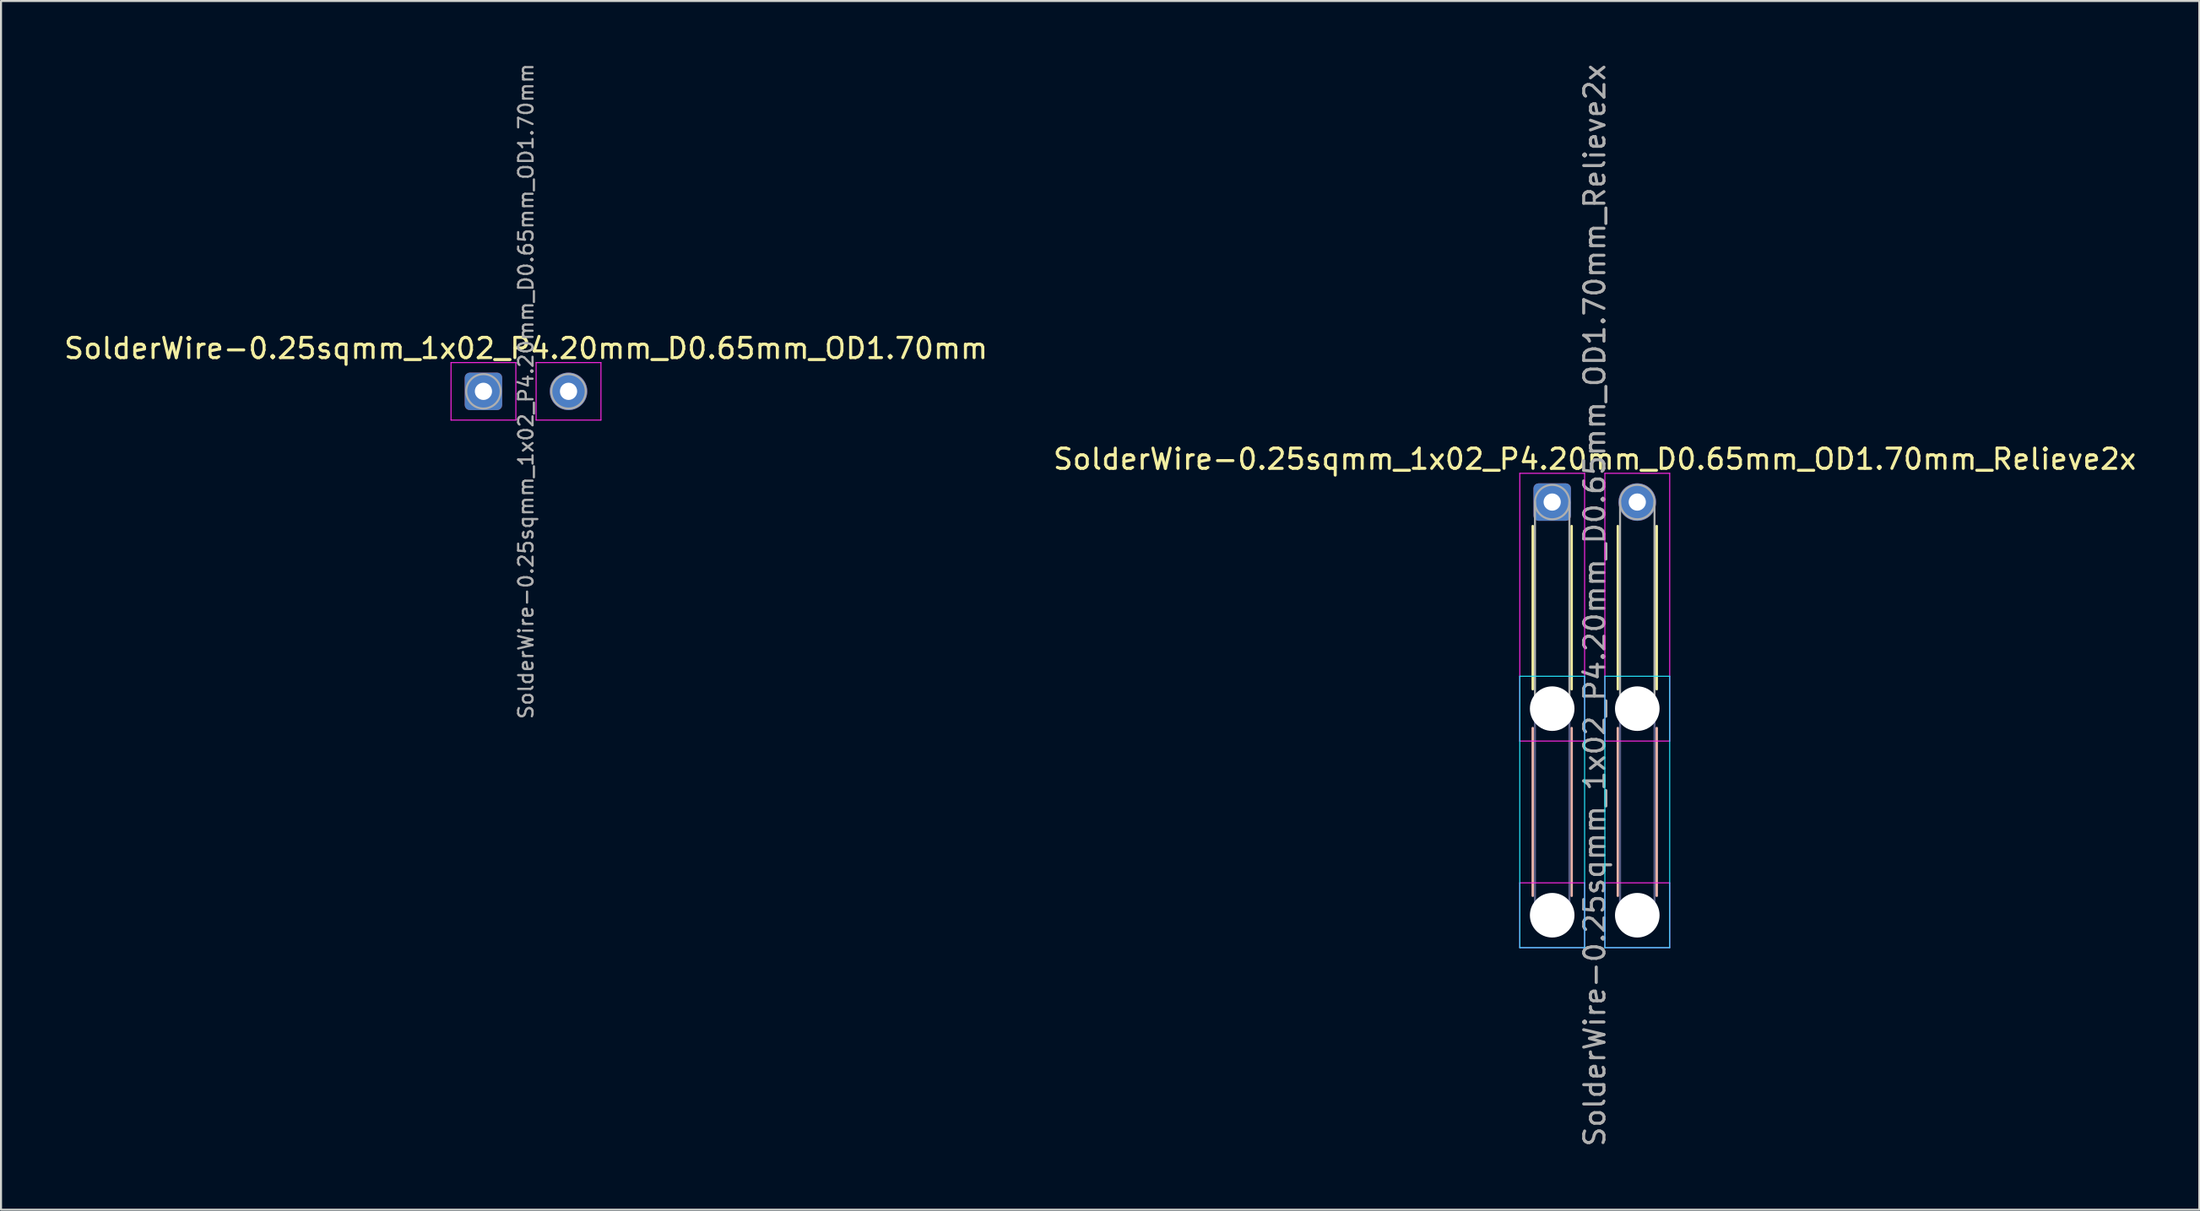
<source format=kicad_pcb>
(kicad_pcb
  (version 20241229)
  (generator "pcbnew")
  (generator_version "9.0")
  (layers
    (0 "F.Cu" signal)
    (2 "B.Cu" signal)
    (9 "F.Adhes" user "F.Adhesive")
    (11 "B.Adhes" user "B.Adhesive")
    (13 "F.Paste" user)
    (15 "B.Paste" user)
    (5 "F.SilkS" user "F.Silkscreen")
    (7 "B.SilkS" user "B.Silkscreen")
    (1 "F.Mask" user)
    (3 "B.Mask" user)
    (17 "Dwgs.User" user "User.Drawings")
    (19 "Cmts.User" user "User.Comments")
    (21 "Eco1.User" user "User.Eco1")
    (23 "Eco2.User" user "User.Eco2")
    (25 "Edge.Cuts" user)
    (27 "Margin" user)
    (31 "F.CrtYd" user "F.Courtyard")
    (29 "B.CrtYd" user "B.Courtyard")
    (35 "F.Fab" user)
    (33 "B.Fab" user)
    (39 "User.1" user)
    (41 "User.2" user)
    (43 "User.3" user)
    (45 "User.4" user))
  (footprint "SolderWire-0.25sqmm_1x02_P4.20mm_D0.65mm_OD1.70mm_Relieve2x"
    (layer "F.Cu")
    (at 73.561 21.739)
    (property "Reference" "SolderWire-0.25sqmm_1x02_P4.20mm_D0.65mm_OD1.70mm_Relieve2x" (at 2.1 -2.12 0) (layer "F.SilkS") (effects (font (size 1 1) (thickness 0.15))))
    (attr exclude_from_pos_files exclude_from_bom)
    (fp_line (start -0.96 1.185) (end -0.96 9.24) (stroke (width 0.12) (type solid)) (layer "F.SilkS"))
    (fp_line (start 0.96 1.185) (end 0.96 9.24) (stroke (width 0.12) (type solid)) (layer "F.SilkS"))
    (fp_line (start 3.24 1.185) (end 3.24 9.24) (stroke (width 0.12) (type solid)) (layer "F.SilkS"))
    (fp_line (start 5.16 1.185) (end 5.16 9.24) (stroke (width 0.12) (type solid)) (layer "F.SilkS"))
    (fp_line (start -0.96 11.16) (end -0.96 19.44) (stroke (width 0.12) (type solid)) (layer "B.SilkS"))
    (fp_line (start 0.96 11.16) (end 0.96 19.44) (stroke (width 0.12) (type solid)) (layer "B.SilkS"))
    (fp_line (start 3.24 11.16) (end 3.24 19.44) (stroke (width 0.12) (type solid)) (layer "B.SilkS"))
    (fp_line (start 5.16 11.16) (end 5.16 19.44) (stroke (width 0.12) (type solid)) (layer "B.SilkS"))
    (fp_line (start -1.6 8.6) (end -1.6 22) (stroke (width 0.05) (type solid)) (layer "B.CrtYd"))
    (fp_line (start -1.6 22) (end 1.6 22) (stroke (width 0.05) (type solid)) (layer "B.CrtYd"))
    (fp_line (start 1.6 8.6) (end -1.6 8.6) (stroke (width 0.05) (type solid)) (layer "B.CrtYd"))
    (fp_line (start 1.6 22) (end 1.6 8.6) (stroke (width 0.05) (type solid)) (layer "B.CrtYd"))
    (fp_line (start 2.6 8.6) (end 2.6 22) (stroke (width 0.05) (type solid)) (layer "B.CrtYd"))
    (fp_line (start 2.6 22) (end 5.8 22) (stroke (width 0.05) (type solid)) (layer "B.CrtYd"))
    (fp_line (start 5.8 8.6) (end 2.6 8.6) (stroke (width 0.05) (type solid)) (layer "B.CrtYd"))
    (fp_line (start 5.8 22) (end 5.8 8.6) (stroke (width 0.05) (type solid)) (layer "B.CrtYd"))
    (fp_line (start -1.6 -1.42) (end -1.6 11.8) (stroke (width 0.05) (type solid)) (layer "F.CrtYd"))
    (fp_line (start -1.6 11.8) (end 1.6 11.8) (stroke (width 0.05) (type solid)) (layer "F.CrtYd"))
    (fp_line (start -1.6 18.8) (end -1.6 22) (stroke (width 0.05) (type solid)) (layer "F.CrtYd"))
    (fp_line (start -1.6 22) (end 1.6 22) (stroke (width 0.05) (type solid)) (layer "F.CrtYd"))
    (fp_line (start 1.6 -1.42) (end -1.6 -1.42) (stroke (width 0.05) (type solid)) (layer "F.CrtYd"))
    (fp_line (start 1.6 11.8) (end 1.6 -1.42) (stroke (width 0.05) (type solid)) (layer "F.CrtYd"))
    (fp_line (start 1.6 18.8) (end -1.6 18.8) (stroke (width 0.05) (type solid)) (layer "F.CrtYd"))
    (fp_line (start 1.6 22) (end 1.6 18.8) (stroke (width 0.05) (type solid)) (layer "F.CrtYd"))
    (fp_line (start 2.6 -1.42) (end 2.6 11.8) (stroke (width 0.05) (type solid)) (layer "F.CrtYd"))
    (fp_line (start 2.6 11.8) (end 5.8 11.8) (stroke (width 0.05) (type solid)) (layer "F.CrtYd"))
    (fp_line (start 2.6 18.8) (end 2.6 22) (stroke (width 0.05) (type solid)) (layer "F.CrtYd"))
    (fp_line (start 2.6 22) (end 5.8 22) (stroke (width 0.05) (type solid)) (layer "F.CrtYd"))
    (fp_line (start 5.8 -1.42) (end 2.6 -1.42) (stroke (width 0.05) (type solid)) (layer "F.CrtYd"))
    (fp_line (start 5.8 11.8) (end 5.8 -1.42) (stroke (width 0.05) (type solid)) (layer "F.CrtYd"))
    (fp_line (start 5.8 18.8) (end 2.6 18.8) (stroke (width 0.05) (type solid)) (layer "F.CrtYd"))
    (fp_line (start 5.8 22) (end 5.8 18.8) (stroke (width 0.05) (type solid)) (layer "F.CrtYd"))
    (fp_line (start -0.85 10.2) (end -0.85 20.4) (stroke (width 0.1) (type solid)) (layer "B.Fab"))
    (fp_line (start 0.85 10.2) (end 0.85 20.4) (stroke (width 0.1) (type solid)) (layer "B.Fab"))
    (fp_line (start 3.35 10.2) (end 3.35 20.4) (stroke (width 0.1) (type solid)) (layer "B.Fab"))
    (fp_line (start 5.05 10.2) (end 5.05 20.4) (stroke (width 0.1) (type solid)) (layer "B.Fab"))
    (fp_circle (center 0 10.2) (end 0.85 10.2) (stroke (width 0.1) (type solid)) (fill no) (layer "B.Fab"))
    (fp_circle (center 0 20.4) (end 0.85 20.4) (stroke (width 0.1) (type solid)) (fill no) (layer "B.Fab"))
    (fp_circle (center 4.2 10.2) (end 5.05 10.2) (stroke (width 0.1) (type solid)) (fill no) (layer "B.Fab"))
    (fp_circle (center 4.2 20.4) (end 5.05 20.4) (stroke (width 0.1) (type solid)) (fill no) (layer "B.Fab"))
    (fp_line (start -0.85 0) (end -0.85 10.2) (stroke (width 0.1) (type solid)) (layer "F.Fab"))
    (fp_line (start 0.85 0) (end 0.85 10.2) (stroke (width 0.1) (type solid)) (layer "F.Fab"))
    (fp_line (start 3.35 0) (end 3.35 10.2) (stroke (width 0.1) (type solid)) (layer "F.Fab"))
    (fp_line (start 5.05 0) (end 5.05 10.2) (stroke (width 0.1) (type solid)) (layer "F.Fab"))
    (fp_circle (center 0 0) (end 0.85 0) (stroke (width 0.1) (type solid)) (fill no) (layer "F.Fab"))
    (fp_circle (center 0 10.2) (end 0.85 10.2) (stroke (width 0.1) (type solid)) (fill no) (layer "F.Fab"))
    (fp_circle (center 0 20.4) (end 0.85 20.4) (stroke (width 0.1) (type solid)) (fill no) (layer "F.Fab"))
    (fp_circle (center 4.2 0) (end 5.05 0) (stroke (width 0.1) (type solid)) (fill no) (layer "F.Fab"))
    (fp_circle (center 4.2 10.2) (end 5.05 10.2) (stroke (width 0.1) (type solid)) (fill no) (layer "F.Fab"))
    (fp_circle (center 4.2 20.4) (end 5.05 20.4) (stroke (width 0.1) (type solid)) (fill no) (layer "F.Fab"))
    (fp_text user "${REFERENCE}" (at 2.1 5.1 90) (layer "F.Fab") (effects (font (size 1 1) (thickness 0.15))))
    (pad "" np_thru_hole circle (at 0 10.2) (size 2.2 2.2) (drill 2.2) (layers "*.Cu" "*.Mask"))
    (pad "" np_thru_hole circle (at 0 20.4) (size 2.2 2.2) (drill 2.2) (layers "*.Cu" "*.Mask"))
    (pad "" np_thru_hole circle (at 4.2 10.2) (size 2.2 2.2) (drill 2.2) (layers "*.Cu" "*.Mask"))
    (pad "" np_thru_hole circle (at 4.2 20.4) (size 2.2 2.2) (drill 2.2) (layers "*.Cu" "*.Mask"))
    (pad "1" thru_hole roundrect (at 0 0) (size 1.85 1.85) (drill 0.85) (layers "*.Cu" "*.Mask") (roundrect_rratio 0.135))
    (pad "2" thru_hole circle (at 4.2 0) (size 1.85 1.85) (drill 0.85) (layers "*.Cu" "*.Mask")))
  (footprint "SolderWire-0.25sqmm_1x02_P4.20mm_D0.65mm_OD1.70mm"
    (layer "F.Cu")
    (at 20.811 16.272)
    (property "Reference" "SolderWire-0.25sqmm_1x02_P4.20mm_D0.65mm_OD1.70mm" (at 2.1 -2.12 0) (layer "F.SilkS") (effects (font (size 1 1) (thickness 0.15))))
    (attr exclude_from_pos_files exclude_from_bom)
    (fp_line (start -1.6 -1.42) (end -1.6 1.42) (stroke (width 0.05) (type solid)) (layer "F.CrtYd"))
    (fp_line (start -1.6 1.42) (end 1.6 1.42) (stroke (width 0.05) (type solid)) (layer "F.CrtYd"))
    (fp_line (start 1.6 -1.42) (end -1.6 -1.42) (stroke (width 0.05) (type solid)) (layer "F.CrtYd"))
    (fp_line (start 1.6 1.42) (end 1.6 -1.42) (stroke (width 0.05) (type solid)) (layer "F.CrtYd"))
    (fp_line (start 2.6 -1.42) (end 2.6 1.42) (stroke (width 0.05) (type solid)) (layer "F.CrtYd"))
    (fp_line (start 2.6 1.42) (end 5.8 1.42) (stroke (width 0.05) (type solid)) (layer "F.CrtYd"))
    (fp_line (start 5.8 -1.42) (end 2.6 -1.42) (stroke (width 0.05) (type solid)) (layer "F.CrtYd"))
    (fp_line (start 5.8 1.42) (end 5.8 -1.42) (stroke (width 0.05) (type solid)) (layer "F.CrtYd"))
    (fp_circle (center 0 0) (end 0.85 0) (stroke (width 0.1) (type solid)) (fill no) (layer "F.Fab"))
    (fp_circle (center 4.2 0) (end 5.05 0) (stroke (width 0.1) (type solid)) (fill no) (layer "F.Fab"))
    (fp_text user "${REFERENCE}" (at 2.1 0 90) (layer "F.Fab") (effects (font (size 0.71 0.71) (thickness 0.11))))
    (pad "1" thru_hole roundrect (at 0 0) (size 1.85 1.85) (drill 0.85) (layers "*.Cu" "*.Mask") (roundrect_rratio 0.135))
    (pad "2" thru_hole circle (at 4.2 0) (size 1.85 1.85) (drill 0.85) (layers "*.Cu" "*.Mask")))
  (gr_rect
    (start -3 -3)
    (end 105.5 56.679)
    (stroke (width 0.1) (type default))
    (fill no)
    (layer "Edge.Cuts")))
</source>
